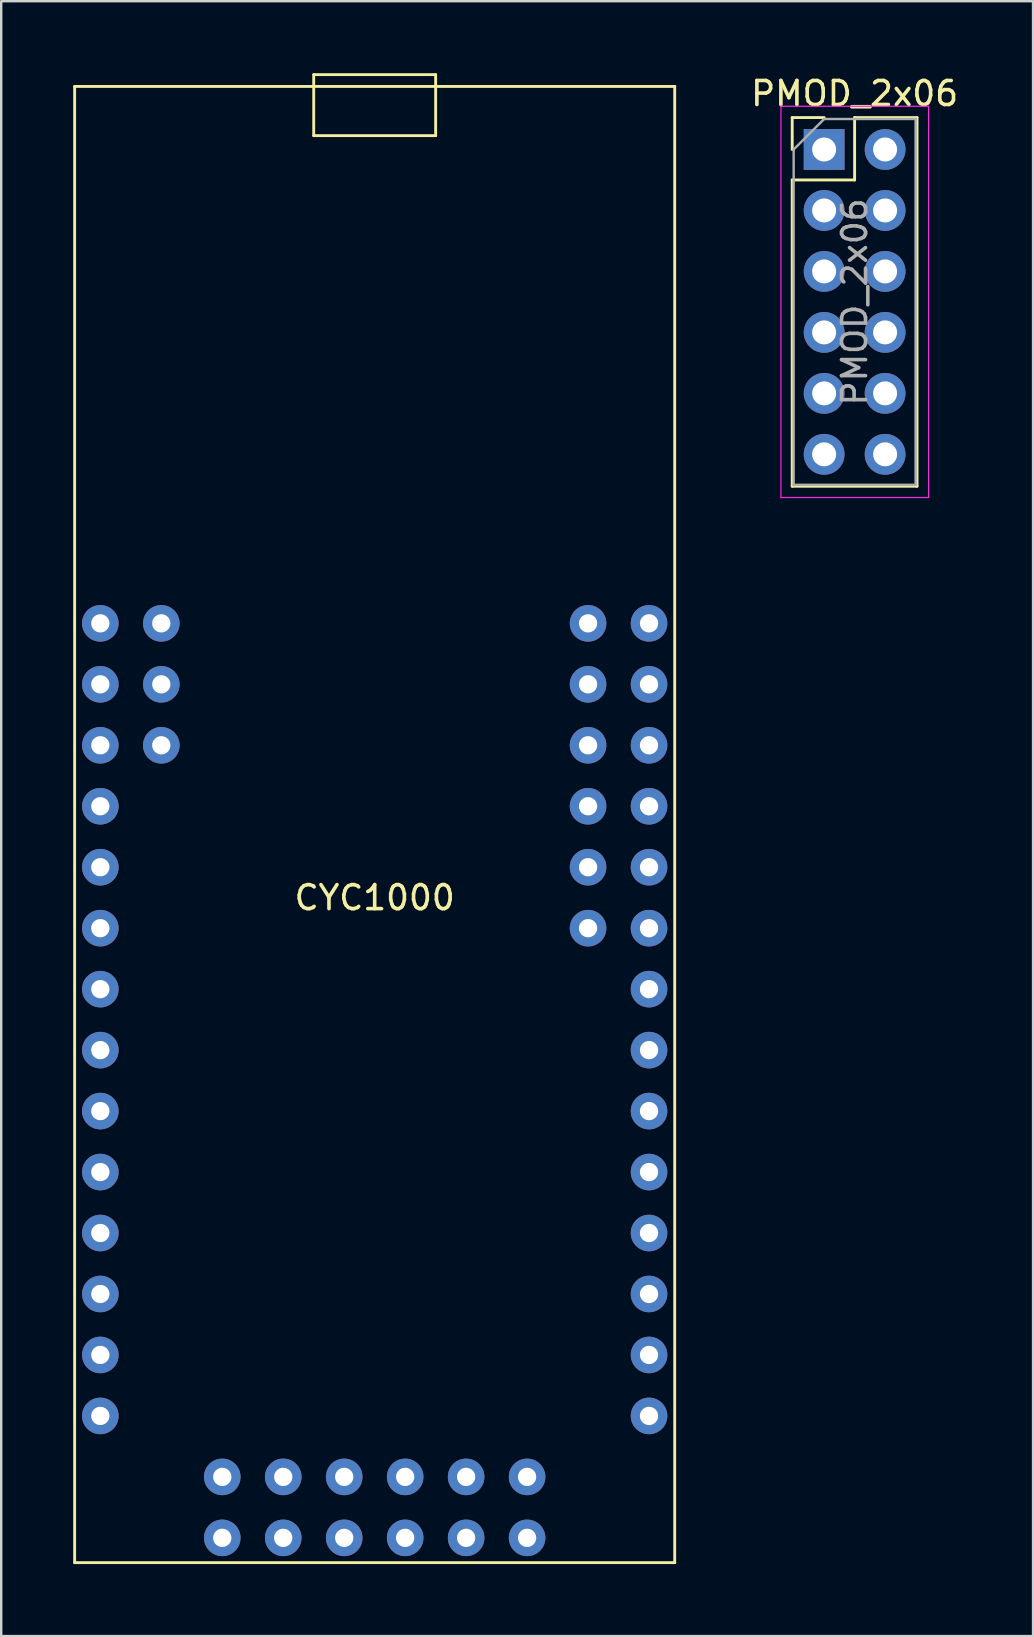
<source format=kicad_pcb>
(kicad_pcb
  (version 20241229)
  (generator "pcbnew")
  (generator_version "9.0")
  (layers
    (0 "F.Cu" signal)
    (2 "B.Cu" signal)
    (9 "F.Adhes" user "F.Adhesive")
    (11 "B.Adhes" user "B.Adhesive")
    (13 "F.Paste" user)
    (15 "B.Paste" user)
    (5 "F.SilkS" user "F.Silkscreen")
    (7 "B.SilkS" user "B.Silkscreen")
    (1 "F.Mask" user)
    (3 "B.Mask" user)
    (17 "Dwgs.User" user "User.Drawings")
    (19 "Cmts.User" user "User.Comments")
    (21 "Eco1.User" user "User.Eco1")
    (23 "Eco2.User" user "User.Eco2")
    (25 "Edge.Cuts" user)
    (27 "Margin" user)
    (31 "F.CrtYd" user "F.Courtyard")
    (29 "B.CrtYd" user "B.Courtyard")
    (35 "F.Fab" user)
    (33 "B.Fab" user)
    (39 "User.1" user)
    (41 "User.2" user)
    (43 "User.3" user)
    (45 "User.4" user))
  (footprint "CYC1000"
    (layer "F.Cu")
    (at 12.56 31.81)
    (property "Reference" "CYC1000" (at 0 2.54 0) (layer "F.SilkS") (effects (font (size 1 1) (thickness 0.15))))
    (attr through_hole)
    (fp_line (start -12.5 -31.258) (end -12.5 30.242) (stroke (width 0.12) (type solid)) (layer "F.SilkS"))
    (fp_line (start -12.5 -31.258) (end 12.5 -31.258) (stroke (width 0.12) (type solid)) (layer "F.SilkS"))
    (fp_line (start -12.5 30.242) (end 12.5 30.242) (stroke (width 0.12) (type solid)) (layer "F.SilkS"))
    (fp_line (start -2.54 -31.75) (end -2.54 -29.21) (stroke (width 0.12) (type solid)) (layer "F.SilkS"))
    (fp_line (start -2.54 -29.21) (end 2.54 -29.21) (stroke (width 0.12) (type solid)) (layer "F.SilkS"))
    (fp_line (start 2.54 -31.75) (end -2.54 -31.75) (stroke (width 0.12) (type solid)) (layer "F.SilkS"))
    (fp_line (start 2.54 -29.21) (end 2.54 -31.75) (stroke (width 0.12) (type solid)) (layer "F.SilkS"))
    (fp_line (start 12.5 -31.258) (end 12.5 30.242) (stroke (width 0.12) (type solid)) (layer "F.SilkS"))
    (pad "1" thru_hole circle (at -11.43 -8.89) (size 1.524 1.524) (drill 0.762) (layers "*.Cu" "*.Mask"))
    (pad "2" thru_hole circle (at -11.43 -6.35) (size 1.524 1.524) (drill 0.762) (layers "*.Cu" "*.Mask"))
    (pad "3" thru_hole circle (at -11.43 -3.81) (size 1.524 1.524) (drill 0.762) (layers "*.Cu" "*.Mask"))
    (pad "4" thru_hole circle (at -11.43 -1.27) (size 1.524 1.524) (drill 0.762) (layers "*.Cu" "*.Mask"))
    (pad "5" thru_hole circle (at -11.43 1.27) (size 1.524 1.524) (drill 0.762) (layers "*.Cu" "*.Mask"))
    (pad "6" thru_hole circle (at -11.43 3.81) (size 1.524 1.524) (drill 0.762) (layers "*.Cu" "*.Mask"))
    (pad "7" thru_hole circle (at -11.43 6.35) (size 1.524 1.524) (drill 0.762) (layers "*.Cu" "*.Mask"))
    (pad "8" thru_hole circle (at -11.43 8.89) (size 1.524 1.524) (drill 0.762) (layers "*.Cu" "*.Mask"))
    (pad "9" thru_hole circle (at -11.43 11.43) (size 1.524 1.524) (drill 0.762) (layers "*.Cu" "*.Mask"))
    (pad "10" thru_hole circle (at -11.43 13.97) (size 1.524 1.524) (drill 0.762) (layers "*.Cu" "*.Mask"))
    (pad "11" thru_hole circle (at -11.43 16.51) (size 1.524 1.524) (drill 0.762) (layers "*.Cu" "*.Mask"))
    (pad "12" thru_hole circle (at -11.43 19.05) (size 1.524 1.524) (drill 0.762) (layers "*.Cu" "*.Mask"))
    (pad "13" thru_hole circle (at -11.43 21.59) (size 1.524 1.524) (drill 0.762) (layers "*.Cu" "*.Mask"))
    (pad "14" thru_hole circle (at -11.43 24.13) (size 1.524 1.524) (drill 0.762) (layers "*.Cu" "*.Mask"))
    (pad "15" thru_hole circle (at 11.43 24.13) (size 1.524 1.524) (drill 0.762) (layers "*.Cu" "*.Mask"))
    (pad "16" thru_hole circle (at 11.43 21.59) (size 1.524 1.524) (drill 0.762) (layers "*.Cu" "*.Mask"))
    (pad "17" thru_hole circle (at 11.43 19.05) (size 1.524 1.524) (drill 0.762) (layers "*.Cu" "*.Mask"))
    (pad "18" thru_hole circle (at 11.43 16.51) (size 1.524 1.524) (drill 0.762) (layers "*.Cu" "*.Mask"))
    (pad "19" thru_hole circle (at 11.43 13.97) (size 1.524 1.524) (drill 0.762) (layers "*.Cu" "*.Mask"))
    (pad "20" thru_hole circle (at 11.43 11.43) (size 1.524 1.524) (drill 0.762) (layers "*.Cu" "*.Mask"))
    (pad "21" thru_hole circle (at 11.43 8.89) (size 1.524 1.524) (drill 0.762) (layers "*.Cu" "*.Mask"))
    (pad "22" thru_hole circle (at 11.43 6.35) (size 1.524 1.524) (drill 0.762) (layers "*.Cu" "*.Mask"))
    (pad "23" thru_hole circle (at 11.43 3.81) (size 1.524 1.524) (drill 0.762) (layers "*.Cu" "*.Mask"))
    (pad "24" thru_hole circle (at 11.43 1.27) (size 1.524 1.524) (drill 0.762) (layers "*.Cu" "*.Mask"))
    (pad "25" thru_hole circle (at 11.43 -1.27) (size 1.524 1.524) (drill 0.762) (layers "*.Cu" "*.Mask"))
    (pad "26" thru_hole circle (at 11.43 -3.81) (size 1.524 1.524) (drill 0.762) (layers "*.Cu" "*.Mask"))
    (pad "27" thru_hole circle (at 11.43 -6.35) (size 1.524 1.524) (drill 0.762) (layers "*.Cu" "*.Mask"))
    (pad "28" thru_hole circle (at 11.43 -8.89) (size 1.524 1.524) (drill 0.762) (layers "*.Cu" "*.Mask"))
    (pad "29" thru_hole circle (at -8.89 -8.89) (size 1.524 1.524) (drill 0.762) (layers "*.Cu" "*.Mask"))
    (pad "30" thru_hole circle (at -8.89 -6.35) (size 1.524 1.524) (drill 0.762) (layers "*.Cu" "*.Mask"))
    (pad "31" thru_hole circle (at -8.89 -3.81) (size 1.524 1.524) (drill 0.762) (layers "*.Cu" "*.Mask"))
    (pad "32" thru_hole circle (at 8.89 -8.89) (size 1.524 1.524) (drill 0.762) (layers "*.Cu" "*.Mask"))
    (pad "33" thru_hole circle (at 8.89 -6.35) (size 1.524 1.524) (drill 0.762) (layers "*.Cu" "*.Mask"))
    (pad "34" thru_hole circle (at 8.89 -3.81) (size 1.524 1.524) (drill 0.762) (layers "*.Cu" "*.Mask"))
    (pad "35" thru_hole circle (at 8.89 -1.27) (size 1.524 1.524) (drill 0.762) (layers "*.Cu" "*.Mask"))
    (pad "36" thru_hole circle (at 8.89 1.27) (size 1.524 1.524) (drill 0.762) (layers "*.Cu" "*.Mask"))
    (pad "37" thru_hole circle (at 8.89 3.81) (size 1.524 1.524) (drill 0.762) (layers "*.Cu" "*.Mask"))
    (pad "38" thru_hole circle (at 6.35 26.67) (size 1.524 1.524) (drill 0.762) (layers "*.Cu" "*.Mask"))
    (pad "39" thru_hole circle (at 3.81 26.67) (size 1.524 1.524) (drill 0.762) (layers "*.Cu" "*.Mask"))
    (pad "40" thru_hole circle (at 1.27 26.67) (size 1.524 1.524) (drill 0.762) (layers "*.Cu" "*.Mask"))
    (pad "41" thru_hole circle (at -1.27 26.67) (size 1.524 1.524) (drill 0.762) (layers "*.Cu" "*.Mask"))
    (pad "42" thru_hole circle (at -3.81 26.67) (size 1.524 1.524) (drill 0.762) (layers "*.Cu" "*.Mask"))
    (pad "43" thru_hole circle (at -6.35 26.67) (size 1.524 1.524) (drill 0.762) (layers "*.Cu" "*.Mask"))
    (pad "44" thru_hole circle (at 6.35 29.21) (size 1.524 1.524) (drill 0.762) (layers "*.Cu" "*.Mask"))
    (pad "45" thru_hole circle (at 3.81 29.21) (size 1.524 1.524) (drill 0.762) (layers "*.Cu" "*.Mask"))
    (pad "46" thru_hole circle (at 1.27 29.21) (size 1.524 1.524) (drill 0.762) (layers "*.Cu" "*.Mask"))
    (pad "47" thru_hole circle (at -1.27 29.21) (size 1.524 1.524) (drill 0.762) (layers "*.Cu" "*.Mask"))
    (pad "48" thru_hole circle (at -3.81 29.21) (size 1.524 1.524) (drill 0.762) (layers "*.Cu" "*.Mask"))
    (pad "49" thru_hole circle (at -6.35 29.21) (size 1.524 1.524) (drill 0.762) (layers "*.Cu" "*.Mask")))
  (footprint "PMOD_2x06"
    (layer "F.Cu")
    (at 31.285 3.178)
    (property "Reference" "PMOD_2x06" (at 1.27 -2.33 0) (layer "F.SilkS") (effects (font (size 1 1) (thickness 0.15))))
    (attr through_hole)
    (fp_line (start -1.33 -1.33) (end 0 -1.33) (stroke (width 0.12) (type solid)) (layer "F.SilkS"))
    (fp_line (start -1.33 0) (end -1.33 -1.33) (stroke (width 0.12) (type solid)) (layer "F.SilkS"))
    (fp_line (start -1.33 1.27) (end -1.33 14.03) (stroke (width 0.12) (type solid)) (layer "F.SilkS"))
    (fp_line (start -1.33 1.27) (end 1.27 1.27) (stroke (width 0.12) (type solid)) (layer "F.SilkS"))
    (fp_line (start -1.33 14.03) (end 3.87 14.03) (stroke (width 0.12) (type solid)) (layer "F.SilkS"))
    (fp_line (start 1.27 -1.33) (end 3.87 -1.33) (stroke (width 0.12) (type solid)) (layer "F.SilkS"))
    (fp_line (start 1.27 1.27) (end 1.27 -1.33) (stroke (width 0.12) (type solid)) (layer "F.SilkS"))
    (fp_line (start 3.87 -1.33) (end 3.87 14.03) (stroke (width 0.12) (type solid)) (layer "F.SilkS"))
    (fp_line (start -1.8 -1.8) (end -1.8 14.5) (stroke (width 0.05) (type solid)) (layer "F.CrtYd"))
    (fp_line (start -1.8 14.5) (end 4.35 14.5) (stroke (width 0.05) (type solid)) (layer "F.CrtYd"))
    (fp_line (start 4.35 -1.8) (end -1.8 -1.8) (stroke (width 0.05) (type solid)) (layer "F.CrtYd"))
    (fp_line (start 4.35 14.5) (end 4.35 -1.8) (stroke (width 0.05) (type solid)) (layer "F.CrtYd"))
    (fp_line (start -1.27 0) (end 0 -1.27) (stroke (width 0.1) (type solid)) (layer "F.Fab"))
    (fp_line (start -1.27 13.97) (end -1.27 0) (stroke (width 0.1) (type solid)) (layer "F.Fab"))
    (fp_line (start 0 -1.27) (end 3.81 -1.27) (stroke (width 0.1) (type solid)) (layer "F.Fab"))
    (fp_line (start 3.81 -1.27) (end 3.81 13.97) (stroke (width 0.1) (type solid)) (layer "F.Fab"))
    (fp_line (start 3.81 13.97) (end -1.27 13.97) (stroke (width 0.1) (type solid)) (layer "F.Fab"))
    (fp_text user "${REFERENCE}" (at 1.27 6.35 90) (layer "F.Fab") (effects (font (size 1 1) (thickness 0.15))))
    (pad "1" thru_hole rect (at 0 0) (size 1.7 1.7) (drill 1) (layers "*.Cu" "*.Mask"))
    (pad "2" thru_hole oval (at 0 2.54) (size 1.7 1.7) (drill 1) (layers "*.Cu" "*.Mask"))
    (pad "3" thru_hole oval (at 0 5.08) (size 1.7 1.7) (drill 1) (layers "*.Cu" "*.Mask"))
    (pad "4" thru_hole oval (at 0 7.62) (size 1.7 1.7) (drill 1) (layers "*.Cu" "*.Mask"))
    (pad "5" thru_hole oval (at 0 10.16) (size 1.7 1.7) (drill 1) (layers "*.Cu" "*.Mask"))
    (pad "6" thru_hole oval (at 0 12.7) (size 1.7 1.7) (drill 1) (layers "*.Cu" "*.Mask"))
    (pad "7" thru_hole oval (at 2.54 0) (size 1.7 1.7) (drill 1) (layers "*.Cu" "*.Mask"))
    (pad "8" thru_hole oval (at 2.54 2.54) (size 1.7 1.7) (drill 1) (layers "*.Cu" "*.Mask"))
    (pad "9" thru_hole oval (at 2.54 5.08) (size 1.7 1.7) (drill 1) (layers "*.Cu" "*.Mask"))
    (pad "10" thru_hole oval (at 2.54 7.62) (size 1.7 1.7) (drill 1) (layers "*.Cu" "*.Mask"))
    (pad "11" thru_hole oval (at 2.54 10.16) (size 1.7 1.7) (drill 1) (layers "*.Cu" "*.Mask"))
    (pad "12" thru_hole oval (at 2.54 12.7) (size 1.7 1.7) (drill 1) (layers "*.Cu" "*.Mask")))
  (gr_rect
    (start -3 -3)
    (end 39.989 65.112)
    (stroke (width 0.1) (type default))
    (fill no)
    (layer "Edge.Cuts")))
</source>
